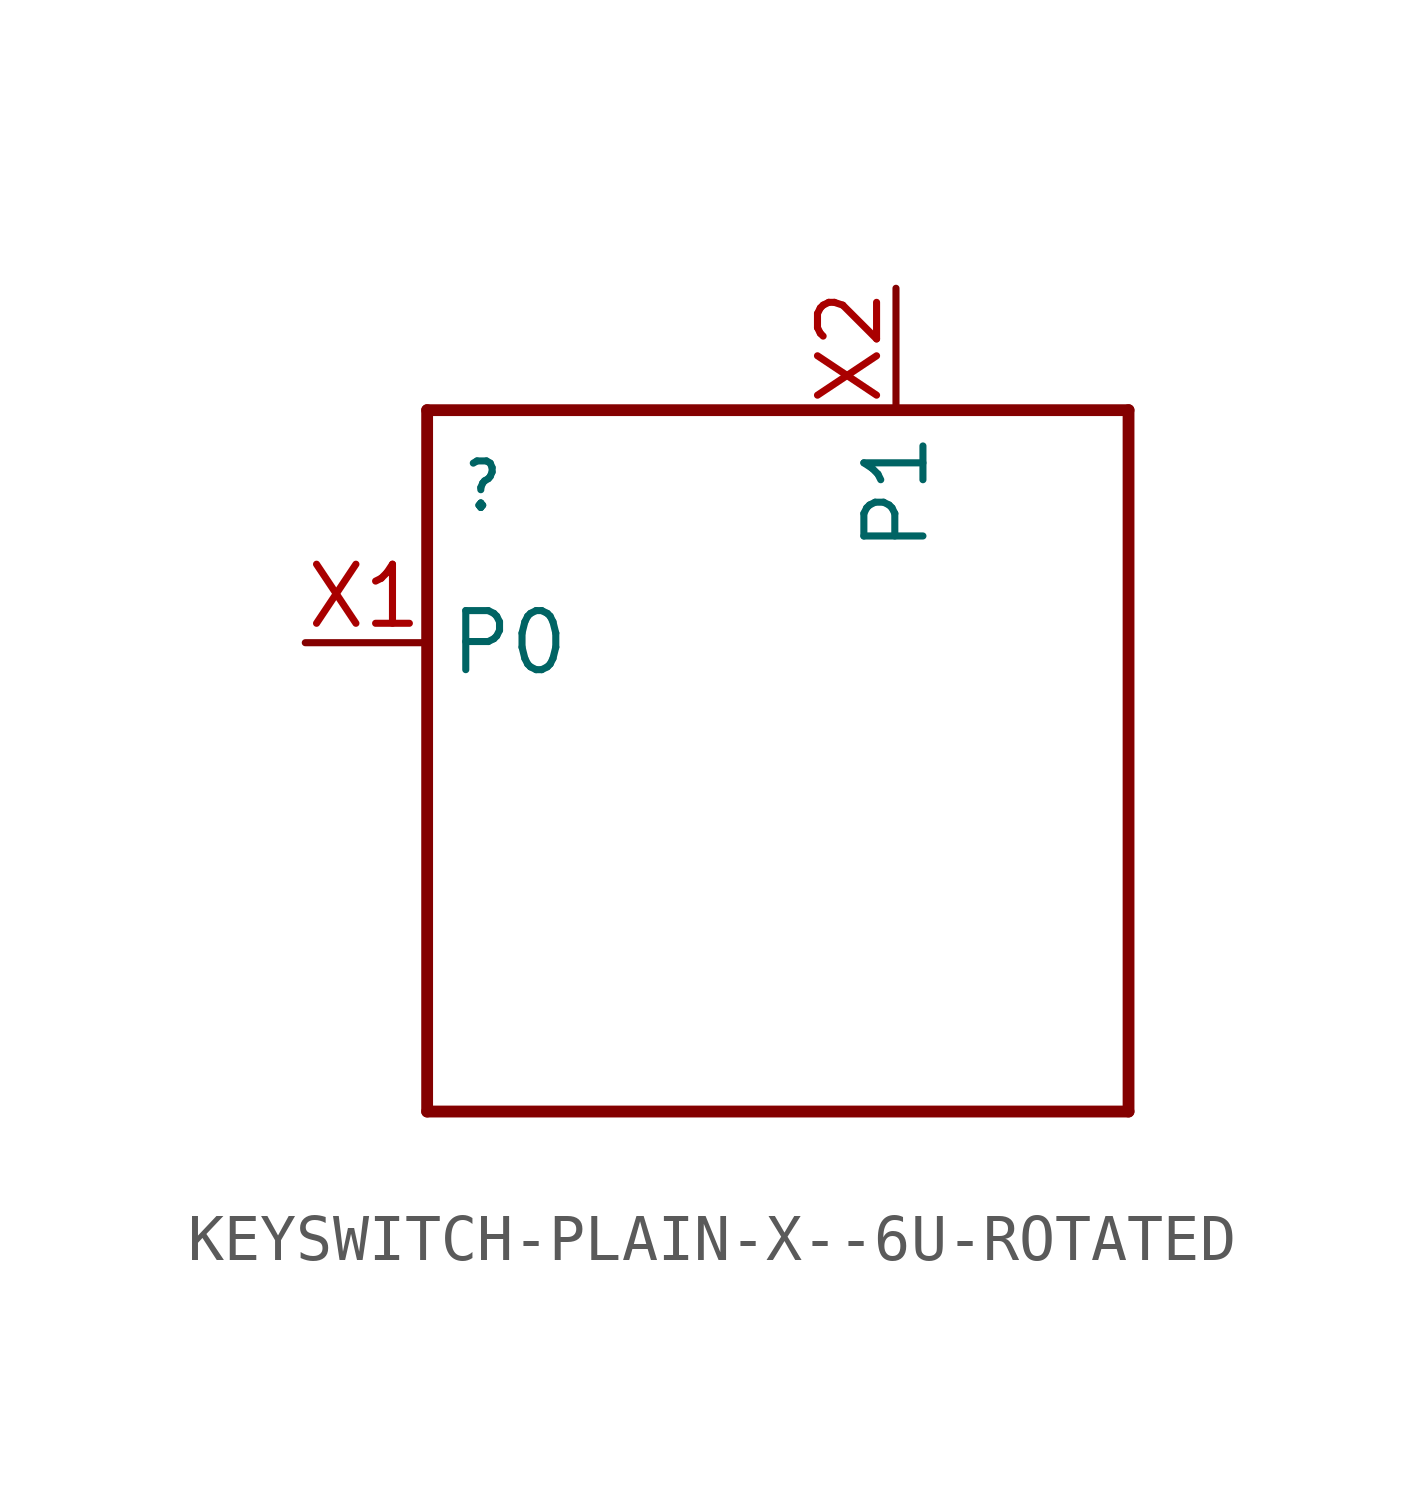
<source format=kicad_sym>
(kicad_symbol_lib
  (version 20211014)
  (generator kicad_symbol_editor)
  (symbol "KEYSWITCH-PLAIN-X--6U-ROTATED"
    (property "Reference" ""
      (at -6.81 5.318 0)
      (effects (font (size 1 0.85)) (justify left bottom)))
    (property "ki_locked" ""
      (at 0 0 0)
      (effects (font (size 1.27 1.27))))
    (symbol "KEYSWITCH-PLAIN-X--6U-ROTATED_1_0"
      (polyline (pts (xy -7.54 -7.54) (xy -7.54 7.54)) (stroke (width 0.254) (type default) (color 0 0 0 0)) (fill (type none)))
      (polyline (pts (xy -7.54 7.54) (xy 7.54 7.54)) (stroke (width 0.254) (type default) (color 0 0 0 0)) (fill (type none)))
      (polyline (pts (xy 7.54 -7.54) (xy -7.54 -7.54)) (stroke (width 0.254) (type default) (color 0 0 0 0)) (fill (type none)))
      (polyline (pts (xy 7.54 7.54) (xy 7.54 -7.54)) (stroke (width 0.254) (type default) (color 0 0 0 0)) (fill (type none)))
      (pin bidirectional line (at -10.16 2.54 0) (length 2.54) (name "P0" (effects (font (size 1.27 1.27)))) (number "X1" (effects (font (size 1.27 1.27)))))
      (pin bidirectional line (at 2.54 10.16 270) (length 2.54) (name "P1" (effects (font (size 1.27 1.27)))) (number "X2" (effects (font (size 1.27 1.27))))))))
</source>
